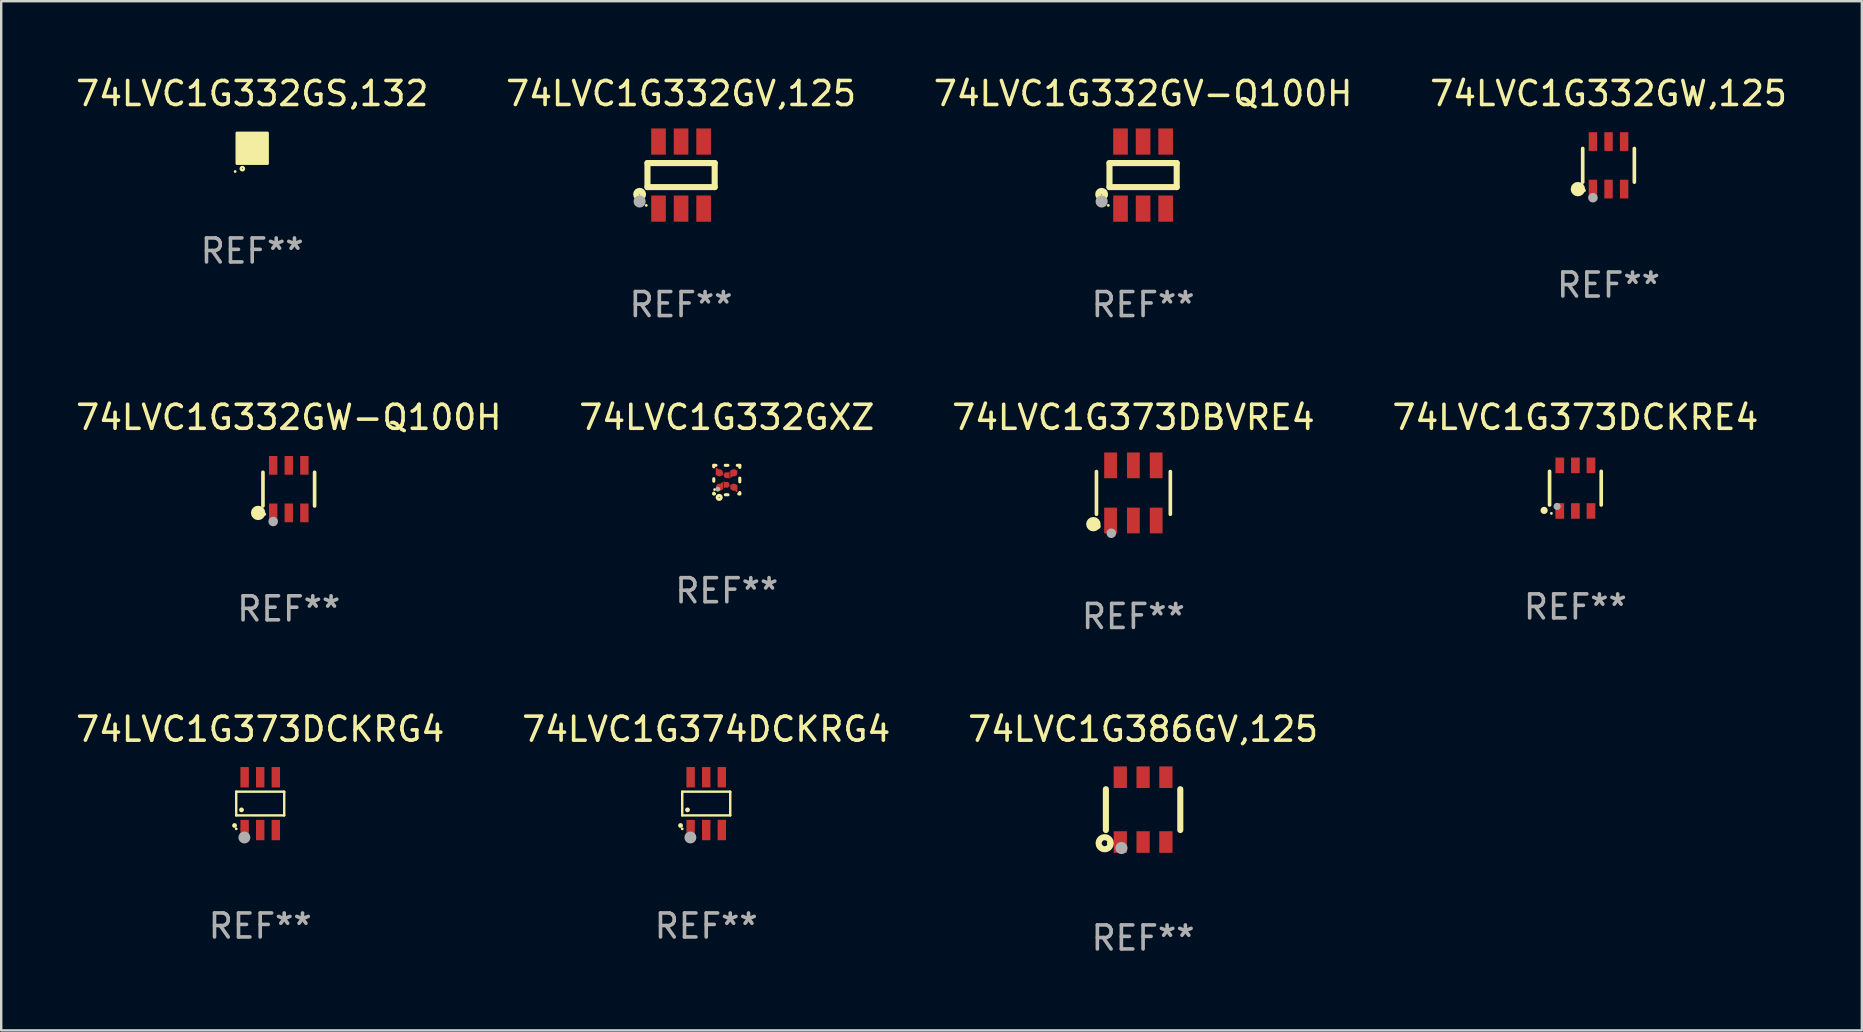
<source format=kicad_pcb>
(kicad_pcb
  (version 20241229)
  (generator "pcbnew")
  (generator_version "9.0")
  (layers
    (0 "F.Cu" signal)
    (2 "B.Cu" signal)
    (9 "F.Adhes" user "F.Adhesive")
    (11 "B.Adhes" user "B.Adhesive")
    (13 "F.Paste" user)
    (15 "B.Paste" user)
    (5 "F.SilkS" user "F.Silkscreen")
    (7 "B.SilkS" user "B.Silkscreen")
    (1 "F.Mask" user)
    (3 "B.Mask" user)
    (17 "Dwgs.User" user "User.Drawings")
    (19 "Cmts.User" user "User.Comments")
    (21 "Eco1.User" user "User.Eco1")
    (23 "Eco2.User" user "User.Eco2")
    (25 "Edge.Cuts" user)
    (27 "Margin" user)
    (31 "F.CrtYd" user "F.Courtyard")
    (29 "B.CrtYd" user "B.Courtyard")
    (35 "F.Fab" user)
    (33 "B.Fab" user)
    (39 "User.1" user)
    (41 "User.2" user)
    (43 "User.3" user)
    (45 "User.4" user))
  (footprint "74LVC1G374DCKRG4"
    (layer "F.Cu")
    (at 26.375 30.434)
    (property "Reference" "74LVC1G374DCKRG4" (at 0 -3.1 0) (layer "F.SilkS") (effects (font (size 1 1) (thickness 0.15))))
    (attr through_hole)
    (fp_line (start -1 -0.5) (end -1 0.49) (stroke (width 0.1) (type solid)) (layer "F.SilkS"))
    (fp_line (start -1 0.49) (end 1 0.49) (stroke (width 0.1) (type solid)) (layer "F.SilkS"))
    (fp_line (start 0.99 -0.5) (end -1 -0.5) (stroke (width 0.1) (type solid)) (layer "F.SilkS"))
    (fp_line (start 1 -0.49) (end 0.99 -0.5) (stroke (width 0.1) (type solid)) (layer "F.SilkS"))
    (fp_line (start 1 0.49) (end 1 -0.49) (stroke (width 0.1) (type solid)) (layer "F.SilkS"))
    (fp_circle (center -1.07 0.91) (end -1.02 0.91) (stroke (width 0.1) (type solid)) (fill no) (layer "F.SilkS"))
    (fp_circle (center -1 1.05) (end -0.97 1.05) (stroke (width 0.06) (type solid)) (fill no) (layer "F.SilkS"))
    (fp_circle (center -0.78 0.26) (end -0.73 0.26) (stroke (width 0.1) (type solid)) (fill no) (layer "F.SilkS"))
    (fp_circle (center -0.66 1.41) (end -0.535 1.41) (stroke (width 0.25) (type solid)) (fill no) (layer "F.Fab"))
    (fp_text user "REF**" (at 0 5.1 0) (layer "F.Fab") (effects (font (size 1 1) (thickness 0.15))))
    (pad "1" smd rect (at -0.65 1.1) (size 0.35 0.85) (layers "F.Cu" "F.Mask" "F.Paste"))
    (pad "2" smd rect (at 0 1.1) (size 0.35 0.85) (layers "F.Cu" "F.Mask" "F.Paste"))
    (pad "3" smd rect (at 0.65 1.1) (size 0.35 0.85) (layers "F.Cu" "F.Mask" "F.Paste"))
    (pad "4" smd rect (at 0.65 -1.1) (size 0.35 0.85) (layers "F.Cu" "F.Mask" "F.Paste"))
    (pad "5" smd rect (at 0 -1.1) (size 0.35 0.85) (layers "F.Cu" "F.Mask" "F.Paste"))
    (pad "6" smd rect (at -0.65 -1.1) (size 0.35 0.85) (layers "F.Cu" "F.Mask" "F.Paste")))
  (footprint "74LVC1G332GW-Q100H"
    (layer "F.Cu")
    (at 8.982 17.329)
    (property "Reference" "74LVC1G332GW-Q100H" (at 0 -2.99 0) (layer "F.SilkS") (effects (font (size 1 1) (thickness 0.15))))
    (attr through_hole)
    (fp_line (start -1.076 0.701) (end -1.076 -0.701) (stroke (width 0.152) (type solid)) (layer "F.SilkS"))
    (fp_line (start 1.076 0.701) (end 1.076 -0.701) (stroke (width 0.152) (type solid)) (layer "F.SilkS"))
    (fp_circle (center -1.277 0.992) (end -1.127 0.992) (stroke (width 0.3) (type solid)) (fill no) (layer "F.SilkS"))
    (fp_circle (center -1 1.05) (end -0.97 1.05) (stroke (width 0.06) (type solid)) (fill no) (layer "F.SilkS"))
    (fp_circle (center -0.65 1.35) (end -0.55 1.35) (stroke (width 0.2) (type solid)) (fill no) (layer "F.Fab"))
    (fp_text user "REF**" (at 0 4.99 0) (layer "F.Fab") (effects (font (size 1 1) (thickness 0.15))))
    (pad "1" smd rect (at -0.65 0.99) (size 0.35 0.78) (layers "F.Cu" "F.Mask" "F.Paste"))
    (pad "2" smd rect (at 0 0.99) (size 0.35 0.78) (layers "F.Cu" "F.Mask" "F.Paste"))
    (pad "3" smd rect (at 0.65 0.99) (size 0.35 0.78) (layers "F.Cu" "F.Mask" "F.Paste"))
    (pad "4" smd rect (at 0.65 -0.99) (size 0.35 0.78) (layers "F.Cu" "F.Mask" "F.Paste"))
    (pad "5" smd rect (at 0 -0.99) (size 0.35 0.78) (layers "F.Cu" "F.Mask" "F.Paste"))
    (pad "6" smd rect (at -0.65 -0.99) (size 0.35 0.78) (layers "F.Cu" "F.Mask" "F.Paste")))
  (footprint "74LVC1G332GXZ"
    (layer "F.Cu")
    (at 27.232 16.951)
    (property "Reference" "74LVC1G332GXZ" (at 0 -2.613 0) (layer "F.SilkS") (effects (font (size 1 1) (thickness 0.15))))
    (attr through_hole)
    (fp_line (start -0.542 -0.613) (end -0.451 -0.613) (stroke (width 0.127) (type solid)) (layer "F.SilkS"))
    (fp_line (start -0.542 -0.55) (end -0.542 -0.613) (stroke (width 0.127) (type solid)) (layer "F.SilkS"))
    (fp_line (start -0.542 0.05) (end -0.542 -0.055) (stroke (width 0.127) (type solid)) (layer "F.SilkS"))
    (fp_line (start -0.542 0.577) (end -0.542 0.545) (stroke (width 0.127) (type solid)) (layer "F.SilkS"))
    (fp_line (start -0.512 0.577) (end -0.542 0.577) (stroke (width 0.127) (type solid)) (layer "F.SilkS"))
    (fp_line (start -0.064 -0.613) (end 0.049 -0.613) (stroke (width 0.127) (type solid)) (layer "F.SilkS"))
    (fp_line (start -0.062 0.613) (end 0.051 0.613) (stroke (width 0.127) (type solid)) (layer "F.SilkS"))
    (fp_line (start 0.436 -0.613) (end 0.542 -0.613) (stroke (width 0.127) (type solid)) (layer "F.SilkS"))
    (fp_line (start 0.542 -0.613) (end 0.542 -0.524) (stroke (width 0.127) (type solid)) (layer "F.SilkS"))
    (fp_line (start 0.542 -0.081) (end 0.542 0.076) (stroke (width 0.127) (type solid)) (layer "F.SilkS"))
    (fp_line (start 0.542 0.519) (end 0.542 0.577) (stroke (width 0.127) (type solid)) (layer "F.SilkS"))
    (fp_line (start 0.542 0.577) (end 0.497 0.577) (stroke (width 0.127) (type solid)) (layer "F.SilkS"))
    (fp_circle (center -0.508 0.397) (end -0.478 0.397) (stroke (width 0.06) (type solid)) (fill no) (layer "F.SilkS"))
    (fp_circle (center -0.317 0.723) (end -0.296 0.723) (stroke (width 0.127) (type solid)) (fill no) (layer "F.SilkS"))
    (fp_circle (center -0.373 0.382) (end -0.322 0.382) (stroke (width 0.1) (type solid)) (fill no) (layer "F.Fab"))
    (fp_text user "REF**" (at 0 4.613 0) (layer "F.Fab") (effects (font (size 1 1) (thickness 0.15))))
    (pad "1" smd custom (at -0.308 0.298 90) (size 0.3 0.3) (layers "F.Cu" "F.Mask" "F.Paste") (options (anchor circle)) (primitives (gr_poly (pts (xy -0.1 0.15) (xy 0.2 0.15) (xy 0.2 0.1) (xy -0.05 -0.15) (xy -0.1 -0.15)) (width 0) (fill yes))))
    (pad "2" smd custom (at -0.008 0.197 90) (size 0.25 0.3) (layers "F.Cu" "F.Mask" "F.Paste") (options (anchor circle)) (primitives (gr_poly (pts (xy -0.15 -0.125) (xy 0.15 -0.125) (xy 0.000076 0.125)) (width 0) (fill yes))))
    (pad "3" smd custom (at 0.292 0.298 90) (size 0.3 0.3) (layers "F.Cu" "F.Mask" "F.Paste") (options (anchor circle)) (primitives (gr_poly (pts (xy 0.1 0.15) (xy 0.1 -0.15) (xy 0.05 -0.15) (xy -0.2 0.1) (xy -0.2 0.15)) (width 0) (fill yes))))
    (pad "4" smd custom (at 0.292 -0.302 90) (size 0.3 0.3) (layers "F.Cu" "F.Mask" "F.Paste") (options (anchor circle)) (primitives (gr_poly (pts (xy 0.1 -0.15) (xy -0.2 -0.15) (xy -0.2 -0.1) (xy 0.05 0.15) (xy 0.1 0.15)) (width 0) (fill yes))))
    (pad "5" smd custom (at -0.008 -0.202 90) (size 0.25 0.3) (layers "F.Cu" "F.Mask" "F.Paste") (options (anchor circle)) (primitives (gr_poly (pts (xy -0.15 0.125) (xy 0.15 0.125) (xy 0.000051 -0.125)) (width 0) (fill yes))))
    (pad "6" smd custom (at -0.308 -0.302 90) (size 0.3 0.3) (layers "F.Cu" "F.Mask" "F.Paste") (options (anchor circle)) (primitives (gr_poly (pts (xy -0.1 -0.15) (xy 0.2 -0.15) (xy 0.2 -0.1) (xy -0.05 0.15) (xy -0.1 0.15)) (width 0) (fill yes)))))
  (footprint "74LVC1G373DCKRG4"
    (layer "F.Cu")
    (at 7.792 30.434)
    (property "Reference" "74LVC1G373DCKRG4" (at 0 -3.1 0) (layer "F.SilkS") (effects (font (size 1 1) (thickness 0.15))))
    (attr through_hole)
    (fp_line (start -1 -0.5) (end -1 0.49) (stroke (width 0.1) (type solid)) (layer "F.SilkS"))
    (fp_line (start -1 0.49) (end 1 0.49) (stroke (width 0.1) (type solid)) (layer "F.SilkS"))
    (fp_line (start 0.99 -0.5) (end -1 -0.5) (stroke (width 0.1) (type solid)) (layer "F.SilkS"))
    (fp_line (start 1 -0.49) (end 0.99 -0.5) (stroke (width 0.1) (type solid)) (layer "F.SilkS"))
    (fp_line (start 1 0.49) (end 1 -0.49) (stroke (width 0.1) (type solid)) (layer "F.SilkS"))
    (fp_circle (center -1.07 0.91) (end -1.02 0.91) (stroke (width 0.1) (type solid)) (fill no) (layer "F.SilkS"))
    (fp_circle (center -1 1.05) (end -0.97 1.05) (stroke (width 0.06) (type solid)) (fill no) (layer "F.SilkS"))
    (fp_circle (center -0.78 0.26) (end -0.73 0.26) (stroke (width 0.1) (type solid)) (fill no) (layer "F.SilkS"))
    (fp_circle (center -0.66 1.41) (end -0.535 1.41) (stroke (width 0.25) (type solid)) (fill no) (layer "F.Fab"))
    (fp_text user "REF**" (at 0 5.1 0) (layer "F.Fab") (effects (font (size 1 1) (thickness 0.15))))
    (pad "1" smd rect (at -0.65 1.1) (size 0.35 0.85) (layers "F.Cu" "F.Mask" "F.Paste"))
    (pad "2" smd rect (at 0 1.1) (size 0.35 0.85) (layers "F.Cu" "F.Mask" "F.Paste"))
    (pad "3" smd rect (at 0.65 1.1) (size 0.35 0.85) (layers "F.Cu" "F.Mask" "F.Paste"))
    (pad "4" smd rect (at 0.65 -1.1) (size 0.35 0.85) (layers "F.Cu" "F.Mask" "F.Paste"))
    (pad "5" smd rect (at 0 -1.1) (size 0.35 0.85) (layers "F.Cu" "F.Mask" "F.Paste"))
    (pad "6" smd rect (at -0.65 -1.1) (size 0.35 0.85) (layers "F.Cu" "F.Mask" "F.Paste")))
  (footprint "74LVC1G373DBVRE4"
    (layer "F.Cu")
    (at 44.173 17.488)
    (property "Reference" "74LVC1G373DBVRE4" (at 0 -3.149 0) (layer "F.SilkS") (effects (font (size 1 1) (thickness 0.15))))
    (attr through_hole)
    (fp_line (start -1.539 0.889) (end -1.539 -0.889) (stroke (width 0.152) (type solid)) (layer "F.SilkS"))
    (fp_line (start 1.539 0.889) (end 1.539 -0.889) (stroke (width 0.152) (type solid)) (layer "F.SilkS"))
    (fp_circle (center -1.668 1.301) (end -1.518 1.301) (stroke (width 0.3) (type solid)) (fill no) (layer "F.SilkS"))
    (fp_circle (center -1.463 1.4) (end -1.413 1.4) (stroke (width 0.1) (type solid)) (fill no) (layer "F.SilkS"))
    (fp_circle (center -0.92 1.68) (end -0.82 1.68) (stroke (width 0.2) (type solid)) (fill no) (layer "F.Fab"))
    (fp_text user "REF**" (at 0 5.149 0) (layer "F.Fab") (effects (font (size 1 1) (thickness 0.15))))
    (pad "1" smd rect (at -0.95 1.149) (size 0.532 1.072) (layers "F.Cu" "F.Mask" "F.Paste"))
    (pad "2" smd rect (at 0 1.149) (size 0.532 1.072) (layers "F.Cu" "F.Mask" "F.Paste"))
    (pad "3" smd rect (at 0.95 1.149) (size 0.532 1.072) (layers "F.Cu" "F.Mask" "F.Paste"))
    (pad "4" smd rect (at 0.95 -1.149) (size 0.532 1.072) (layers "F.Cu" "F.Mask" "F.Paste"))
    (pad "5" smd rect (at 0 -1.149) (size 0.532 1.072) (layers "F.Cu" "F.Mask" "F.Paste"))
    (pad "6" smd rect (at -0.95 -1.149) (size 0.532 1.072) (layers "F.Cu" "F.Mask" "F.Paste")))
  (footprint "74LVC1G373DCKRE4"
    (layer "F.Cu")
    (at 62.589 17.289)
    (property "Reference" "74LVC1G373DCKRE4" (at 0 -2.95 0) (layer "F.SilkS") (effects (font (size 1 1) (thickness 0.15))))
    (attr through_hole)
    (fp_line (start -1.076 0.701) (end -1.076 -0.701) (stroke (width 0.152) (type solid)) (layer "F.SilkS"))
    (fp_line (start 1.076 0.701) (end 1.076 -0.701) (stroke (width 0.152) (type solid)) (layer "F.SilkS"))
    (fp_circle (center -1.303 0.927) (end -1.228 0.927) (stroke (width 0.15) (type solid)) (fill no) (layer "F.SilkS"))
    (fp_circle (center -1 1.05) (end -0.97 1.05) (stroke (width 0.06) (type solid)) (fill no) (layer "F.SilkS"))
    (fp_circle (center -0.762 0.762) (end -0.687 0.762) (stroke (width 0.15) (type solid)) (fill no) (layer "F.Fab"))
    (fp_text user "REF**" (at 0 4.95 0) (layer "F.Fab") (effects (font (size 1 1) (thickness 0.15))))
    (pad "1" smd rect (at -0.65 0.95) (size 0.364 0.65) (layers "F.Cu" "F.Mask" "F.Paste"))
    (pad "2" smd rect (at 0 0.95) (size 0.364 0.65) (layers "F.Cu" "F.Mask" "F.Paste"))
    (pad "3" smd rect (at 0.65 0.95) (size 0.364 0.65) (layers "F.Cu" "F.Mask" "F.Paste"))
    (pad "4" smd rect (at 0.65 -0.95) (size 0.364 0.65) (layers "F.Cu" "F.Mask" "F.Paste"))
    (pad "5" smd rect (at 0 -0.95) (size 0.364 0.65) (layers "F.Cu" "F.Mask" "F.Paste"))
    (pad "6" smd rect (at -0.65 -0.95) (size 0.364 0.65) (layers "F.Cu" "F.Mask" "F.Paste")))
  (footprint "74LVC1G332GV,125"
    (layer "F.Cu")
    (at 25.327 4.245)
    (property "Reference" "74LVC1G332GV,125" (at 0 -3.397 0) (layer "F.SilkS") (effects (font (size 1 1) (thickness 0.15))))
    (attr through_hole)
    (fp_line (start -1.4 -0.501) (end -1.4 0.5) (stroke (width 0.254) (type solid)) (layer "F.SilkS"))
    (fp_line (start -1.4 0.5) (end 1.4 0.5) (stroke (width 0.254) (type solid)) (layer "F.SilkS"))
    (fp_line (start 1.4 -0.501) (end -1.4 -0.501) (stroke (width 0.254) (type solid)) (layer "F.SilkS"))
    (fp_line (start 1.4 0.5) (end 1.4 -0.501) (stroke (width 0.254) (type solid)) (layer "F.SilkS"))
    (fp_circle (center -1.727 0.8) (end -1.585 0.8) (stroke (width 0.254) (type solid)) (fill no) (layer "F.SilkS"))
    (fp_circle (center -1.45 1.263) (end -1.42 1.263) (stroke (width 0.06) (type solid)) (fill no) (layer "F.SilkS"))
    (fp_circle (center -1.727 1.1) (end -1.6 1.1) (stroke (width 0.254) (type solid)) (fill no) (layer "F.Fab"))
    (fp_text user "REF**" (at 0 5.397 0) (layer "F.Fab") (effects (font (size 1 1) (thickness 0.15))))
    (pad "1" smd rect (at -0.94 1.397 180) (size 0.61 1.092) (layers "F.Cu" "F.Mask" "F.Paste"))
    (pad "2" smd rect (at 0.000127 1.397 180) (size 0.61 1.092) (layers "F.Cu" "F.Mask" "F.Paste"))
    (pad "3" smd rect (at 0.94 1.397 180) (size 0.61 1.092) (layers "F.Cu" "F.Mask" "F.Paste"))
    (pad "4" smd rect (at 0.94 -1.397 180) (size 0.61 1.092) (layers "F.Cu" "F.Mask" "F.Paste"))
    (pad "5" smd rect (at 0.000127 -1.397 180) (size 0.61 1.092) (layers "F.Cu" "F.Mask" "F.Paste"))
    (pad "6" smd rect (at -0.94 -1.397 180) (size 0.61 1.092) (layers "F.Cu" "F.Mask" "F.Paste")))
  (footprint "74LVC1G332GW,125"
    (layer "F.Cu")
    (at 63.97 3.838)
    (property "Reference" "74LVC1G332GW,125" (at 0 -2.99 0) (layer "F.SilkS") (effects (font (size 1 1) (thickness 0.15))))
    (attr through_hole)
    (fp_line (start -1.076 0.701) (end -1.076 -0.701) (stroke (width 0.152) (type solid)) (layer "F.SilkS"))
    (fp_line (start 1.076 0.701) (end 1.076 -0.701) (stroke (width 0.152) (type solid)) (layer "F.SilkS"))
    (fp_circle (center -1.277 0.992) (end -1.127 0.992) (stroke (width 0.3) (type solid)) (fill no) (layer "F.SilkS"))
    (fp_circle (center -1 1.05) (end -0.97 1.05) (stroke (width 0.06) (type solid)) (fill no) (layer "F.SilkS"))
    (fp_circle (center -0.65 1.35) (end -0.55 1.35) (stroke (width 0.2) (type solid)) (fill no) (layer "F.Fab"))
    (fp_text user "REF**" (at 0 4.99 0) (layer "F.Fab") (effects (font (size 1 1) (thickness 0.15))))
    (pad "1" smd rect (at -0.65 0.99) (size 0.35 0.78) (layers "F.Cu" "F.Mask" "F.Paste"))
    (pad "2" smd rect (at 0 0.99) (size 0.35 0.78) (layers "F.Cu" "F.Mask" "F.Paste"))
    (pad "3" smd rect (at 0.65 0.99) (size 0.35 0.78) (layers "F.Cu" "F.Mask" "F.Paste"))
    (pad "4" smd rect (at 0.65 -0.99) (size 0.35 0.78) (layers "F.Cu" "F.Mask" "F.Paste"))
    (pad "5" smd rect (at 0 -0.99) (size 0.35 0.78) (layers "F.Cu" "F.Mask" "F.Paste"))
    (pad "6" smd rect (at -0.65 -0.99) (size 0.35 0.78) (layers "F.Cu" "F.Mask" "F.Paste")))
  (footprint "74LVC1G332GV-Q100H"
    (layer "F.Cu")
    (at 44.577 4.245)
    (property "Reference" "74LVC1G332GV-Q100H" (at 0 -3.397 0) (layer "F.SilkS") (effects (font (size 1 1) (thickness 0.15))))
    (attr through_hole)
    (fp_line (start -1.4 -0.501) (end -1.4 0.5) (stroke (width 0.254) (type solid)) (layer "F.SilkS"))
    (fp_line (start -1.4 0.5) (end 1.4 0.5) (stroke (width 0.254) (type solid)) (layer "F.SilkS"))
    (fp_line (start 1.4 -0.501) (end -1.4 -0.501) (stroke (width 0.254) (type solid)) (layer "F.SilkS"))
    (fp_line (start 1.4 0.5) (end 1.4 -0.501) (stroke (width 0.254) (type solid)) (layer "F.SilkS"))
    (fp_circle (center -1.727 0.8) (end -1.585 0.8) (stroke (width 0.254) (type solid)) (fill no) (layer "F.SilkS"))
    (fp_circle (center -1.45 1.263) (end -1.42 1.263) (stroke (width 0.06) (type solid)) (fill no) (layer "F.SilkS"))
    (fp_circle (center -1.727 1.1) (end -1.6 1.1) (stroke (width 0.254) (type solid)) (fill no) (layer "F.Fab"))
    (fp_text user "REF**" (at 0 5.397 0) (layer "F.Fab") (effects (font (size 1 1) (thickness 0.15))))
    (pad "1" smd rect (at -0.94 1.397 180) (size 0.61 1.092) (layers "F.Cu" "F.Mask" "F.Paste"))
    (pad "2" smd rect (at 0.000127 1.397 180) (size 0.61 1.092) (layers "F.Cu" "F.Mask" "F.Paste"))
    (pad "3" smd rect (at 0.94 1.397 180) (size 0.61 1.092) (layers "F.Cu" "F.Mask" "F.Paste"))
    (pad "4" smd rect (at 0.94 -1.397 180) (size 0.61 1.092) (layers "F.Cu" "F.Mask" "F.Paste"))
    (pad "5" smd rect (at 0.000127 -1.397 180) (size 0.61 1.092) (layers "F.Cu" "F.Mask" "F.Paste"))
    (pad "6" smd rect (at -0.94 -1.397 180) (size 0.61 1.092) (layers "F.Cu" "F.Mask" "F.Paste")))
  (footprint "74LVC1G386GV,125"
    (layer "F.Cu")
    (at 44.577 30.683)
    (property "Reference" "74LVC1G386GV,125" (at 0 -3.35 0) (layer "F.SilkS") (effects (font (size 1 1) (thickness 0.15))))
    (attr through_hole)
    (fp_line (start -1.55 0.85) (end -1.55 -0.85) (stroke (width 0.254) (type solid)) (layer "F.SilkS"))
    (fp_line (start 1.55 -0.85) (end 1.55 0.85) (stroke (width 0.254) (type solid)) (layer "F.SilkS"))
    (fp_circle (center -1.6 1.4) (end -1.476 1.4) (stroke (width 0.254) (type solid)) (fill no) (layer "F.SilkS"))
    (fp_circle (center -1.45 1.4) (end -1.42 1.4) (stroke (width 0.06) (type solid)) (fill no) (layer "F.SilkS"))
    (fp_circle (center -0.9 1.6) (end -0.773 1.6) (stroke (width 0.254) (type solid)) (fill no) (layer "F.Fab"))
    (fp_text user "REF**" (at 0 5.35 0) (layer "F.Fab") (effects (font (size 1 1) (thickness 0.15))))
    (pad "1" smd rect (at -0.95 1.35) (size 0.551 0.9) (layers "F.Cu" "F.Mask" "F.Paste"))
    (pad "2" smd rect (at 0.000127 1.35) (size 0.551 0.9) (layers "F.Cu" "F.Mask" "F.Paste"))
    (pad "3" smd rect (at 0.95 1.35) (size 0.551 0.9) (layers "F.Cu" "F.Mask" "F.Paste"))
    (pad "4" smd rect (at 0.95 -1.35) (size 0.55 0.9) (layers "F.Cu" "F.Mask" "F.Paste"))
    (pad "5" smd rect (at 0.000127 -1.35) (size 0.55 0.9) (layers "F.Cu" "F.Mask" "F.Paste"))
    (pad "6" smd rect (at -0.95 -1.35) (size 0.55 0.9) (layers "F.Cu" "F.Mask" "F.Paste")))
  (footprint "74LVC1G332GS,132"
    (layer "F.Cu")
    (at 7.458 3.128)
    (property "Reference" "74LVC1G332GS,132" (at 0 -2.28 0) (layer "F.SilkS") (effects (font (size 1 1) (thickness 0.15))))
    (attr through_hole)
    (fp_circle (center -0.71 0.968) (end -0.68 0.968) (stroke (width 0.06) (type solid)) (fill no) (layer "F.SilkS"))
    (fp_circle (center -0.41 0.85) (end -0.342 0.85) (stroke (width 0.1) (type solid)) (fill no) (layer "F.SilkS"))
    (fp_poly (pts (xy -0.635 -0.635) (xy 0.635 -0.635) (xy 0.635 0.635) (xy -0.635 0.635)) (stroke (width 0.12) (type solid)) (fill yes) (layer "F.SilkS"))
    (fp_text user "REF**" (at 0 4.28 0) (layer "F.Fab") (effects (font (size 1 1) (thickness 0.15))))
    (pad "1" smd rect (at -0.35 0.28 90) (size 0.35 0.2) (layers "F.Cu" "F.Mask" "F.Paste"))
    (pad "2" smd rect (at 0 0.28 90) (size 0.35 0.2) (layers "F.Cu" "F.Mask" "F.Paste"))
    (pad "3" smd rect (at 0.35 0.28 90) (size 0.35 0.2) (layers "F.Cu" "F.Mask" "F.Paste"))
    (pad "4" smd rect (at 0.35 -0.28 90) (size 0.35 0.2) (layers "F.Cu" "F.Mask" "F.Paste"))
    (pad "5" smd rect (at 0 -0.28 90) (size 0.35 0.2) (layers "F.Cu" "F.Mask" "F.Paste"))
    (pad "6" smd rect (at -0.35 -0.28 90) (size 0.35 0.2) (layers "F.Cu" "F.Mask" "F.Paste")))
  (gr_rect
    (start -3 -3)
    (end 74.524 39.882)
    (stroke (width 0.1) (type default))
    (fill no)
    (layer "Edge.Cuts")))
</source>
